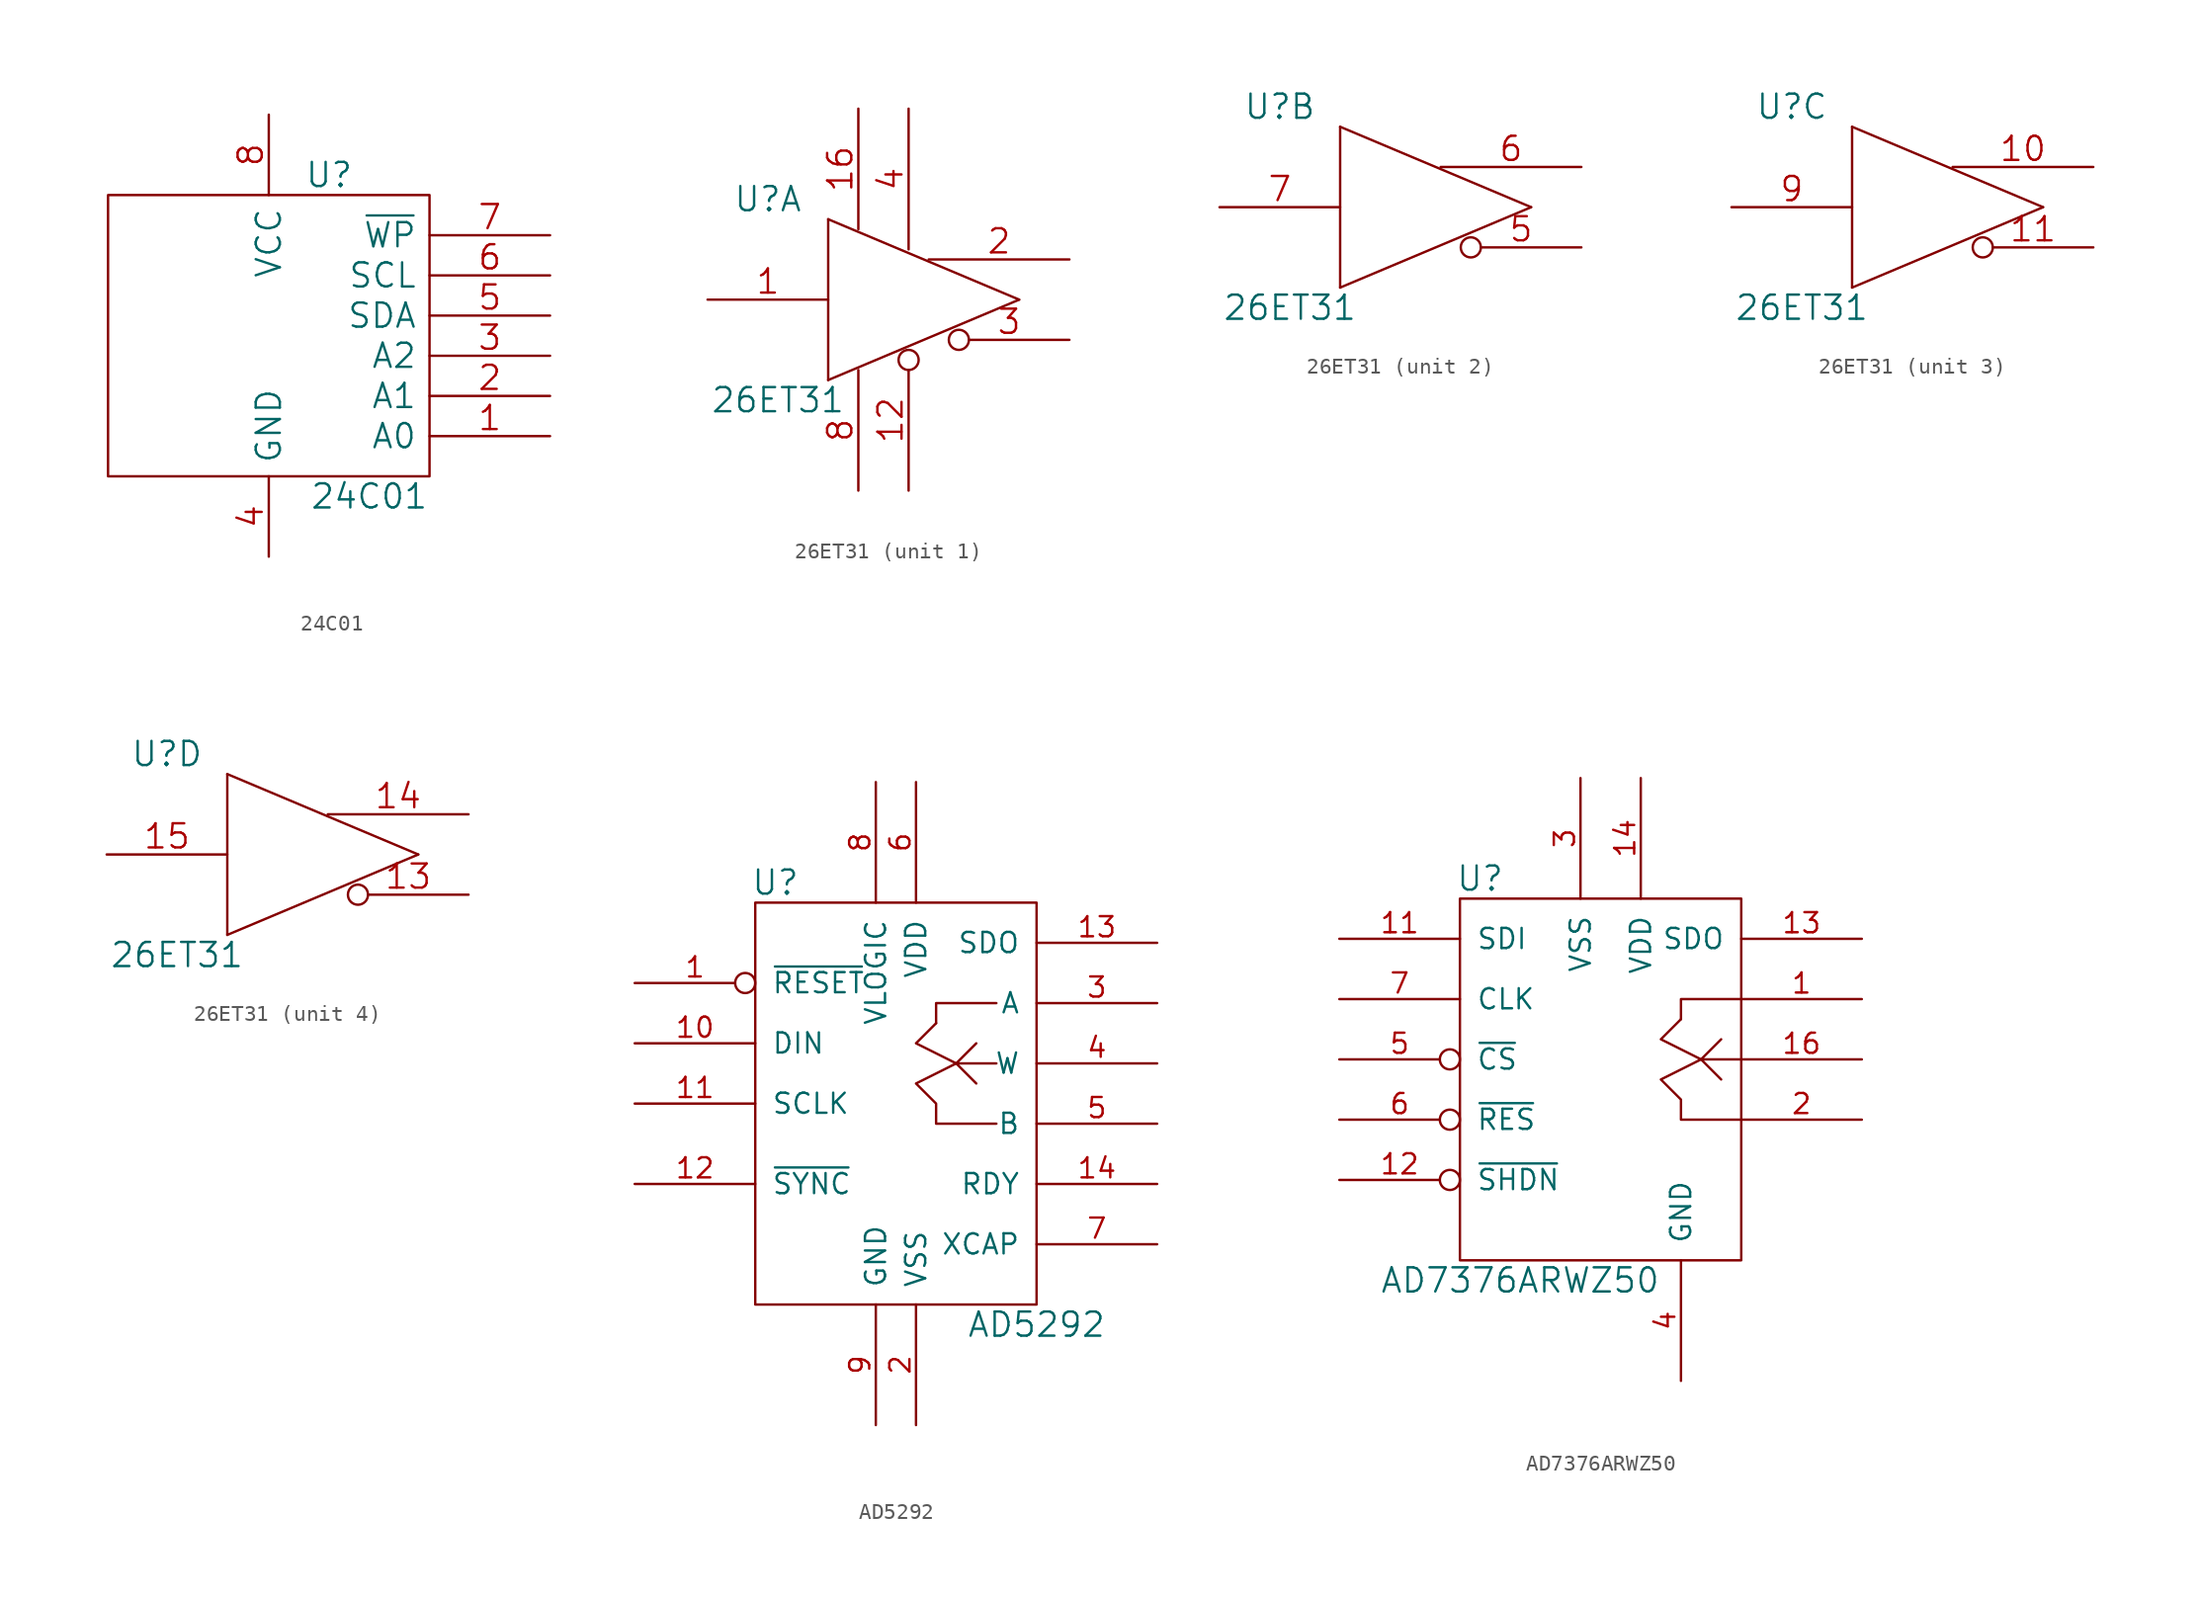
<source format=kicad_sym>
(kicad_symbol_lib
  (version 20220914)
  (generator kicad_symbol_editor)
  (symbol "24C01"
    (pin_names
      (offset 0.762))
    (property "Reference" "U"
      (at 3.81 8.89 0)
      (effects (font (size 1.524 1.524))))
    (property "Value" "24C01"
      (at 6.35 -11.43 0)
      (effects (font (size 1.524 1.524))))
    (property "Footprint" ""
      (at 0 0 0)
      (effects (font (size 1.524 1.524))))
    (property "Datasheet" ""
      (at 0 0 0)
      (effects (font (size 1.524 1.524))))
    (symbol "24C01_0_0"
      (pin power_in line (at 0 -15.24 90) (length 5.08) (name "GND" (effects (font (size 1.524 1.524)))) (number "4" (effects (font (size 1.524 1.524)))))
      (pin power_in line (at 0 12.7 270) (length 5.08) (name "VCC" (effects (font (size 1.524 1.524)))) (number "8" (effects (font (size 1.524 1.524))))))
    (symbol "24C01_1_1"
      (rectangle (start -10.16 -10.16) (end 10.16 7.62) (stroke (width 0) (type default)) (fill (type none)))
      (pin input line (at 17.78 -7.62 180) (length 7.62) (name "A0" (effects (font (size 1.524 1.524)))) (number "1" (effects (font (size 1.524 1.524)))))
      (pin input line (at 17.78 -5.08 180) (length 7.62) (name "A1" (effects (font (size 1.524 1.524)))) (number "2" (effects (font (size 1.524 1.524)))))
      (pin input line (at 17.78 -2.54 180) (length 7.62) (name "A2" (effects (font (size 1.524 1.524)))) (number "3" (effects (font (size 1.524 1.524)))))
      (pin bidirectional line (at 17.78 0 180) (length 7.62) (name "SDA" (effects (font (size 1.524 1.524)))) (number "5" (effects (font (size 1.524 1.524)))))
      (pin input line (at 17.78 2.54 180) (length 7.62) (name "SCL" (effects (font (size 1.524 1.524)))) (number "6" (effects (font (size 1.524 1.524)))))
      (pin input line (at 17.78 5.08 180) (length 7.62) (name "~{WP}" (effects (font (size 1.524 1.524)))) (number "7" (effects (font (size 1.524 1.524)))))))
  (symbol "26ET31"
    (pin_names
      (offset 0) hide)
    (property "Reference" "U"
      (at -10.16 6.35 0)
      (effects (font (size 1.524 1.524))))
    (property "Value" "26ET31"
      (at -9.525 -6.35 0)
      (effects (font (size 1.524 1.524))))
    (property "Footprint" ""
      (at 0 0 0)
      (effects (font (size 1.524 1.524))))
    (property "Datasheet" ""
      (at 0 0 0)
      (effects (font (size 1.524 1.524))))
    (symbol "26ET31_0_1"
      (polyline (pts (xy -6.35 -5.08) (xy -6.35 5.08) (xy -6.35 5.08)) (stroke (width 0) (type default)) (fill (type none)))
      (polyline (pts (xy 5.715 0) (xy -6.35 5.08) (xy -6.35 5.08)) (stroke (width 0) (type default)) (fill (type none)))
      (polyline (pts (xy 5.715 0) (xy -6.35 -5.08) (xy -6.35 -5.08) (xy -6.35 -5.08)) (stroke (width 0) (type default)) (fill (type none))))
    (symbol "26ET31_1_1"
      (pin input line (at -13.97 0 0) (length 7.62) (name "BIN" (effects (font (size 1.524 1.524)))) (number "1" (effects (font (size 1.524 1.524)))))
      (pin input inverted (at -1.27 -12.065 90) (length 8.89) (name "EN-" (effects (font (size 1.524 1.524)))) (number "12" (effects (font (size 1.524 1.524)))))
      (pin bidirectional line (at -4.445 12.065 270) (length 7.62) (name "Vcc" (effects (font (size 1.524 1.524)))) (number "16" (effects (font (size 1.524 1.524)))))
      (pin output line (at 8.89 2.54 180) (length 8.89) (name "A+" (effects (font (size 1.524 1.524)))) (number "2" (effects (font (size 1.524 1.524)))))
      (pin output inverted (at 8.89 -2.54 180) (length 7.62) (name "A+" (effects (font (size 1.524 1.524)))) (number "3" (effects (font (size 1.524 1.524)))))
      (pin input line (at -1.27 12.065 270) (length 8.89) (name "EN/VCCB" (effects (font (size 1.524 1.524)))) (number "4" (effects (font (size 1.524 1.524)))))
      (pin bidirectional line (at -4.445 -12.065 90) (length 7.62) (name "GND" (effects (font (size 1.524 1.524)))) (number "8" (effects (font (size 1.524 1.524))))))
    (symbol "26ET31_2_1"
      (pin output inverted (at 8.89 -2.54 180) (length 7.62) (name "B-" (effects (font (size 1.524 1.524)))) (number "5" (effects (font (size 1.524 1.524)))))
      (pin output line (at 8.89 2.54 180) (length 8.89) (name "A+" (effects (font (size 1.524 1.524)))) (number "6" (effects (font (size 1.524 1.524)))))
      (pin input line (at -13.97 0 0) (length 7.62) (name "BIN" (effects (font (size 1.524 1.524)))) (number "7" (effects (font (size 1.524 1.524))))))
    (symbol "26ET31_3_1"
      (pin output line (at 8.89 2.54 180) (length 8.89) (name "A+" (effects (font (size 1.524 1.524)))) (number "10" (effects (font (size 1.524 1.524)))))
      (pin output inverted (at 8.89 -2.54 180) (length 7.62) (name "C-" (effects (font (size 1.524 1.524)))) (number "11" (effects (font (size 1.524 1.524)))))
      (pin input line (at -13.97 0 0) (length 7.62) (name "BIN" (effects (font (size 1.524 1.524)))) (number "9" (effects (font (size 1.524 1.524))))))
    (symbol "26ET31_4_1"
      (pin output inverted (at 8.89 -2.54 180) (length 7.62) (name "D-" (effects (font (size 1.524 1.524)))) (number "13" (effects (font (size 1.524 1.524)))))
      (pin output line (at 8.89 2.54 180) (length 8.89) (name "A+" (effects (font (size 1.524 1.524)))) (number "14" (effects (font (size 1.524 1.524)))))
      (pin input line (at -13.97 0 0) (length 7.62) (name "BIN" (effects (font (size 1.524 1.524)))) (number "15" (effects (font (size 1.524 1.524)))))))
  (symbol "AD5292"
    (pin_names
      (offset 1.016))
    (property "Reference" "U"
      (at -7.62 12.7 0)
      (effects (font (size 1.524 1.524))))
    (property "Value" "AD5292"
      (at 8.89 -15.24 0)
      (effects (font (size 1.524 1.524))))
    (property "Footprint" ""
      (at 0 0 0)
      (effects (font (size 1.524 1.524))))
    (property "Datasheet" ""
      (at 0 0 0)
      (effects (font (size 1.524 1.524))))
    (symbol "AD5292_0_1"
      (rectangle (start -8.89 11.43) (end 8.89 -13.97) (stroke (width 0) (type default)) (fill (type none)))
      (polyline (pts (xy 6.35 5.08) (xy 2.54 5.08) (xy 2.54 3.81)) (stroke (width 0) (type default)) (fill (type none)))
      (polyline (pts (xy 6.35 1.27) (xy 3.81 1.27) (xy 5.08 2.54) (xy 3.81 1.27) (xy 5.08 0)) (stroke (width 0) (type default)) (fill (type none)))
      (polyline (pts (xy 6.35 -2.54) (xy 2.54 -2.54) (xy 2.54 -1.27) (xy 1.27 0) (xy 3.81 1.27) (xy 1.27 2.54) (xy 2.54 3.81)) (stroke (width 0) (type default)) (fill (type none))))
    (symbol "AD5292_1_1"
      (pin input inverted (at -16.51 6.35 0) (length 7.62) (name "~{RESET}" (effects (font (size 1.27 1.27)))) (number "1" (effects (font (size 1.27 1.27)))))
      (pin input line (at -16.51 2.54 0) (length 7.62) (name "DIN" (effects (font (size 1.27 1.27)))) (number "10" (effects (font (size 1.27 1.27)))))
      (pin input line (at -16.51 -1.27 0) (length 7.62) (name "SCLK" (effects (font (size 1.27 1.27)))) (number "11" (effects (font (size 1.27 1.27)))))
      (pin passive line (at -16.51 -6.35 0) (length 7.62) (name "~{SYNC}" (effects (font (size 1.27 1.27)))) (number "12" (effects (font (size 1.27 1.27)))))
      (pin output line (at 16.51 8.89 180) (length 7.62) (name "SDO" (effects (font (size 1.27 1.27)))) (number "13" (effects (font (size 1.27 1.27)))))
      (pin output line (at 16.51 -6.35 180) (length 7.62) (name "RDY" (effects (font (size 1.27 1.27)))) (number "14" (effects (font (size 1.27 1.27)))))
      (pin power_in line (at 1.27 -21.59 90) (length 7.62) (name "VSS" (effects (font (size 1.27 1.27)))) (number "2" (effects (font (size 1.27 1.27)))))
      (pin passive line (at 16.51 5.08 180) (length 7.62) (name "A" (effects (font (size 1.27 1.27)))) (number "3" (effects (font (size 1.27 1.27)))))
      (pin passive line (at 16.51 1.27 180) (length 7.62) (name "W" (effects (font (size 1.27 1.27)))) (number "4" (effects (font (size 1.27 1.27)))))
      (pin passive line (at 16.51 -2.54 180) (length 7.62) (name "B" (effects (font (size 1.27 1.27)))) (number "5" (effects (font (size 1.27 1.27)))))
      (pin power_in line (at 1.27 19.05 270) (length 7.62) (name "VDD" (effects (font (size 1.27 1.27)))) (number "6" (effects (font (size 1.27 1.27)))))
      (pin passive line (at 16.51 -10.16 180) (length 7.62) (name "XCAP" (effects (font (size 1.27 1.27)))) (number "7" (effects (font (size 1.27 1.27)))))
      (pin power_in line (at -1.27 19.05 270) (length 7.62) (name "VLOGIC" (effects (font (size 1.27 1.27)))) (number "8" (effects (font (size 1.27 1.27)))))
      (pin power_in line (at -1.27 -21.59 90) (length 7.62) (name "GND" (effects (font (size 1.27 1.27)))) (number "9" (effects (font (size 1.27 1.27)))))))
  (symbol "AD7376ARWZ50"
    (pin_names
      (offset 1.016))
    (property "Reference" "U"
      (at -11.43 15.24 0)
      (effects (font (size 1.524 1.524))))
    (property "Value" "AD7376ARWZ50"
      (at -8.89 -10.16 0)
      (effects (font (size 1.524 1.524))))
    (property "Footprint" ""
      (at 0 0 0)
      (effects (font (size 1.524 1.524))))
    (property "Datasheet" ""
      (at 0 0 0)
      (effects (font (size 1.524 1.524))))
    (symbol "AD7376ARWZ50_0_1"
      (rectangle (start -12.7 13.97) (end 5.08 -8.89) (stroke (width 0) (type default)) (fill (type none)))
      (polyline (pts (xy 5.08 7.62) (xy 1.27 7.62) (xy 1.27 6.35)) (stroke (width 0) (type default)) (fill (type none)))
      (polyline (pts (xy 5.08 3.81) (xy 2.54 3.81) (xy 3.81 5.08) (xy 2.54 3.81) (xy 3.81 2.54)) (stroke (width 0) (type default)) (fill (type none)))
      (polyline (pts (xy 5.08 0) (xy 1.27 0) (xy 1.27 1.27) (xy 0 2.54) (xy 2.54 3.81) (xy 0 5.08) (xy 1.27 6.35)) (stroke (width 0) (type default)) (fill (type none))))
    (symbol "AD7376ARWZ50_1_1"
      (pin passive line (at 12.7 7.62 180) (length 7.62) (name "~" (effects (font (size 1.27 1.27)))) (number "1" (effects (font (size 1.27 1.27)))))
      (pin input line (at -20.32 11.43 0) (length 7.62) (name "SDI" (effects (font (size 1.27 1.27)))) (number "11" (effects (font (size 1.27 1.27)))))
      (pin input inverted (at -20.32 -3.81 0) (length 7.62) (name "~{SHDN}" (effects (font (size 1.27 1.27)))) (number "12" (effects (font (size 1.27 1.27)))))
      (pin output line (at 12.7 11.43 180) (length 7.62) (name "SDO" (effects (font (size 1.27 1.27)))) (number "13" (effects (font (size 1.27 1.27)))))
      (pin power_in line (at -1.27 21.59 270) (length 7.62) (name "VDD" (effects (font (size 1.27 1.27)))) (number "14" (effects (font (size 1.27 1.27)))))
      (pin passive line (at 12.7 3.81 180) (length 7.62) (name "~" (effects (font (size 1.27 1.27)))) (number "16" (effects (font (size 1.27 1.27)))))
      (pin passive line (at 12.7 0 180) (length 7.62) (name "~" (effects (font (size 1.27 1.27)))) (number "2" (effects (font (size 1.27 1.27)))))
      (pin power_in line (at -5.08 21.59 270) (length 7.62) (name "VSS" (effects (font (size 1.27 1.27)))) (number "3" (effects (font (size 1.27 1.27)))))
      (pin power_in line (at 1.27 -16.51 90) (length 7.62) (name "GND" (effects (font (size 1.27 1.27)))) (number "4" (effects (font (size 1.27 1.27)))))
      (pin input inverted (at -20.32 3.81 0) (length 7.62) (name "~{CS}" (effects (font (size 1.27 1.27)))) (number "5" (effects (font (size 1.27 1.27)))))
      (pin input inverted (at -20.32 0 0) (length 7.62) (name "~{RES}" (effects (font (size 1.27 1.27)))) (number "6" (effects (font (size 1.27 1.27)))))
      (pin input line (at -20.32 7.62 0) (length 7.62) (name "CLK" (effects (font (size 1.27 1.27)))) (number "7" (effects (font (size 1.27 1.27))))))))
</source>
